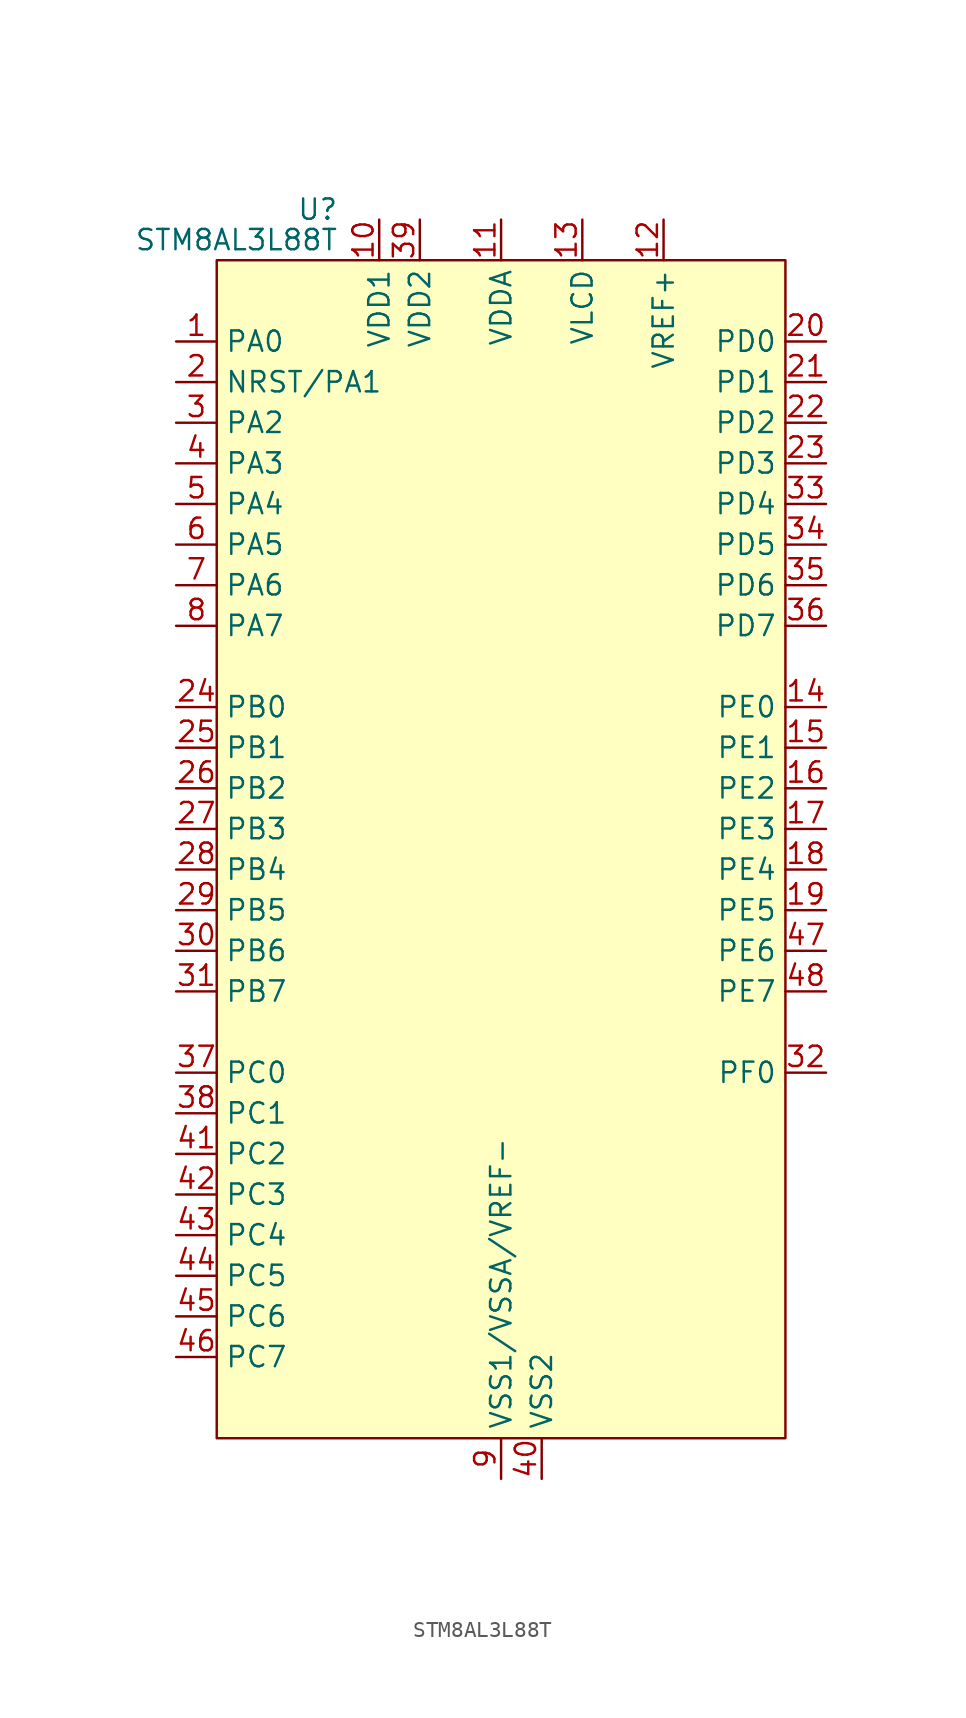
<source format=kicad_sym>
(kicad_symbol_lib
  (version 20201005)
  (generator kicad_symbol_editor)
  (symbol "MCU_ST_STM8:STM8AL3L88T"
    (property "Reference" "U"
      (at -10.16 38.735 0)
      (effects (font (size 1.27 1.27)) (justify right)))
    (property "Value" "STM8AL3L88T"
      (at -10.16 36.83 0)
      (effects (font (size 1.27 1.27)) (justify right)))
    (symbol "STM8AL3L88T_0_0"
      (pin bidirectional line (at -20.32 30.48 0) (length 2.54) (name "PA0" (effects (font (size 1.27 1.27)))) (number "1" (effects (font (size 1.27 1.27)))))
      (pin power_in line (at -7.62 38.1 270) (length 2.54) (name "VDD1" (effects (font (size 1.27 1.27)))) (number "10" (effects (font (size 1.27 1.27)))))
      (pin power_in line (at 0 38.1 270) (length 2.54) (name "VDDA" (effects (font (size 1.27 1.27)))) (number "11" (effects (font (size 1.27 1.27)))))
      (pin power_in line (at 10.16 38.1 270) (length 2.54) (name "VREF+" (effects (font (size 1.27 1.27)))) (number "12" (effects (font (size 1.27 1.27)))))
      (pin power_in line (at 5.08 38.1 270) (length 2.54) (name "VLCD" (effects (font (size 1.27 1.27)))) (number "13" (effects (font (size 1.27 1.27)))))
      (pin bidirectional line (at 20.32 7.62 180) (length 2.54) (name "PE0" (effects (font (size 1.27 1.27)))) (number "14" (effects (font (size 1.27 1.27)))))
      (pin bidirectional line (at 20.32 5.08 180) (length 2.54) (name "PE1" (effects (font (size 1.27 1.27)))) (number "15" (effects (font (size 1.27 1.27)))))
      (pin bidirectional line (at 20.32 2.54 180) (length 2.54) (name "PE2" (effects (font (size 1.27 1.27)))) (number "16" (effects (font (size 1.27 1.27)))))
      (pin bidirectional line (at 20.32 0 180) (length 2.54) (name "PE3" (effects (font (size 1.27 1.27)))) (number "17" (effects (font (size 1.27 1.27)))))
      (pin bidirectional line (at 20.32 -2.54 180) (length 2.54) (name "PE4" (effects (font (size 1.27 1.27)))) (number "18" (effects (font (size 1.27 1.27)))))
      (pin bidirectional line (at 20.32 -5.08 180) (length 2.54) (name "PE5" (effects (font (size 1.27 1.27)))) (number "19" (effects (font (size 1.27 1.27)))))
      (pin bidirectional line (at -20.32 27.94 0) (length 2.54) (name "NRST/PA1" (effects (font (size 1.27 1.27)))) (number "2" (effects (font (size 1.27 1.27)))))
      (pin bidirectional line (at 20.32 30.48 180) (length 2.54) (name "PD0" (effects (font (size 1.27 1.27)))) (number "20" (effects (font (size 1.27 1.27)))))
      (pin bidirectional line (at 20.32 27.94 180) (length 2.54) (name "PD1" (effects (font (size 1.27 1.27)))) (number "21" (effects (font (size 1.27 1.27)))))
      (pin bidirectional line (at 20.32 25.4 180) (length 2.54) (name "PD2" (effects (font (size 1.27 1.27)))) (number "22" (effects (font (size 1.27 1.27)))))
      (pin bidirectional line (at 20.32 22.86 180) (length 2.54) (name "PD3" (effects (font (size 1.27 1.27)))) (number "23" (effects (font (size 1.27 1.27)))))
      (pin bidirectional line (at -20.32 7.62 0) (length 2.54) (name "PB0" (effects (font (size 1.27 1.27)))) (number "24" (effects (font (size 1.27 1.27)))))
      (pin bidirectional line (at -20.32 5.08 0) (length 2.54) (name "PB1" (effects (font (size 1.27 1.27)))) (number "25" (effects (font (size 1.27 1.27)))))
      (pin bidirectional line (at -20.32 2.54 0) (length 2.54) (name "PB2" (effects (font (size 1.27 1.27)))) (number "26" (effects (font (size 1.27 1.27)))))
      (pin bidirectional line (at -20.32 0 0) (length 2.54) (name "PB3" (effects (font (size 1.27 1.27)))) (number "27" (effects (font (size 1.27 1.27)))))
      (pin bidirectional line (at -20.32 -2.54 0) (length 2.54) (name "PB4" (effects (font (size 1.27 1.27)))) (number "28" (effects (font (size 1.27 1.27)))))
      (pin bidirectional line (at -20.32 -5.08 0) (length 2.54) (name "PB5" (effects (font (size 1.27 1.27)))) (number "29" (effects (font (size 1.27 1.27)))))
      (pin bidirectional line (at -20.32 25.4 0) (length 2.54) (name "PA2" (effects (font (size 1.27 1.27)))) (number "3" (effects (font (size 1.27 1.27)))))
      (pin bidirectional line (at -20.32 -7.62 0) (length 2.54) (name "PB6" (effects (font (size 1.27 1.27)))) (number "30" (effects (font (size 1.27 1.27)))))
      (pin bidirectional line (at -20.32 -10.16 0) (length 2.54) (name "PB7" (effects (font (size 1.27 1.27)))) (number "31" (effects (font (size 1.27 1.27)))))
      (pin bidirectional line (at 20.32 -15.24 180) (length 2.54) (name "PF0" (effects (font (size 1.27 1.27)))) (number "32" (effects (font (size 1.27 1.27)))))
      (pin bidirectional line (at 20.32 20.32 180) (length 2.54) (name "PD4" (effects (font (size 1.27 1.27)))) (number "33" (effects (font (size 1.27 1.27)))))
      (pin bidirectional line (at 20.32 17.78 180) (length 2.54) (name "PD5" (effects (font (size 1.27 1.27)))) (number "34" (effects (font (size 1.27 1.27)))))
      (pin bidirectional line (at 20.32 15.24 180) (length 2.54) (name "PD6" (effects (font (size 1.27 1.27)))) (number "35" (effects (font (size 1.27 1.27)))))
      (pin bidirectional line (at 20.32 12.7 180) (length 2.54) (name "PD7" (effects (font (size 1.27 1.27)))) (number "36" (effects (font (size 1.27 1.27)))))
      (pin bidirectional line (at -20.32 -15.24 0) (length 2.54) (name "PC0" (effects (font (size 1.27 1.27)))) (number "37" (effects (font (size 1.27 1.27)))))
      (pin bidirectional line (at -20.32 -17.78 0) (length 2.54) (name "PC1" (effects (font (size 1.27 1.27)))) (number "38" (effects (font (size 1.27 1.27)))))
      (pin power_in line (at -5.08 38.1 270) (length 2.54) (name "VDD2" (effects (font (size 1.27 1.27)))) (number "39" (effects (font (size 1.27 1.27)))))
      (pin bidirectional line (at -20.32 22.86 0) (length 2.54) (name "PA3" (effects (font (size 1.27 1.27)))) (number "4" (effects (font (size 1.27 1.27)))))
      (pin power_in line (at 2.54 -40.64 90) (length 2.54) (name "VSS2" (effects (font (size 1.27 1.27)))) (number "40" (effects (font (size 1.27 1.27)))))
      (pin bidirectional line (at -20.32 -20.32 0) (length 2.54) (name "PC2" (effects (font (size 1.27 1.27)))) (number "41" (effects (font (size 1.27 1.27)))))
      (pin bidirectional line (at -20.32 -22.86 0) (length 2.54) (name "PC3" (effects (font (size 1.27 1.27)))) (number "42" (effects (font (size 1.27 1.27)))))
      (pin bidirectional line (at -20.32 -25.4 0) (length 2.54) (name "PC4" (effects (font (size 1.27 1.27)))) (number "43" (effects (font (size 1.27 1.27)))))
      (pin bidirectional line (at -20.32 -27.94 0) (length 2.54) (name "PC5" (effects (font (size 1.27 1.27)))) (number "44" (effects (font (size 1.27 1.27)))))
      (pin bidirectional line (at -20.32 -30.48 0) (length 2.54) (name "PC6" (effects (font (size 1.27 1.27)))) (number "45" (effects (font (size 1.27 1.27)))))
      (pin bidirectional line (at -20.32 -33.02 0) (length 2.54) (name "PC7" (effects (font (size 1.27 1.27)))) (number "46" (effects (font (size 1.27 1.27)))))
      (pin bidirectional line (at 20.32 -7.62 180) (length 2.54) (name "PE6" (effects (font (size 1.27 1.27)))) (number "47" (effects (font (size 1.27 1.27)))))
      (pin bidirectional line (at 20.32 -10.16 180) (length 2.54) (name "PE7" (effects (font (size 1.27 1.27)))) (number "48" (effects (font (size 1.27 1.27)))))
      (pin bidirectional line (at -20.32 20.32 0) (length 2.54) (name "PA4" (effects (font (size 1.27 1.27)))) (number "5" (effects (font (size 1.27 1.27)))))
      (pin bidirectional line (at -20.32 17.78 0) (length 2.54) (name "PA5" (effects (font (size 1.27 1.27)))) (number "6" (effects (font (size 1.27 1.27)))))
      (pin bidirectional line (at -20.32 15.24 0) (length 2.54) (name "PA6" (effects (font (size 1.27 1.27)))) (number "7" (effects (font (size 1.27 1.27)))))
      (pin bidirectional line (at -20.32 12.7 0) (length 2.54) (name "PA7" (effects (font (size 1.27 1.27)))) (number "8" (effects (font (size 1.27 1.27)))))
      (pin power_in line (at 0 -40.64 90) (length 2.54) (name "VSS1/VSSA/VREF-" (effects (font (size 1.27 1.27)))) (number "9" (effects (font (size 1.27 1.27))))))
    (symbol "STM8AL3L88T_0_1"
      (rectangle (start -17.78 35.56) (end 17.78 -38.1) (stroke (width 0)) (fill (type background))))))
</source>
